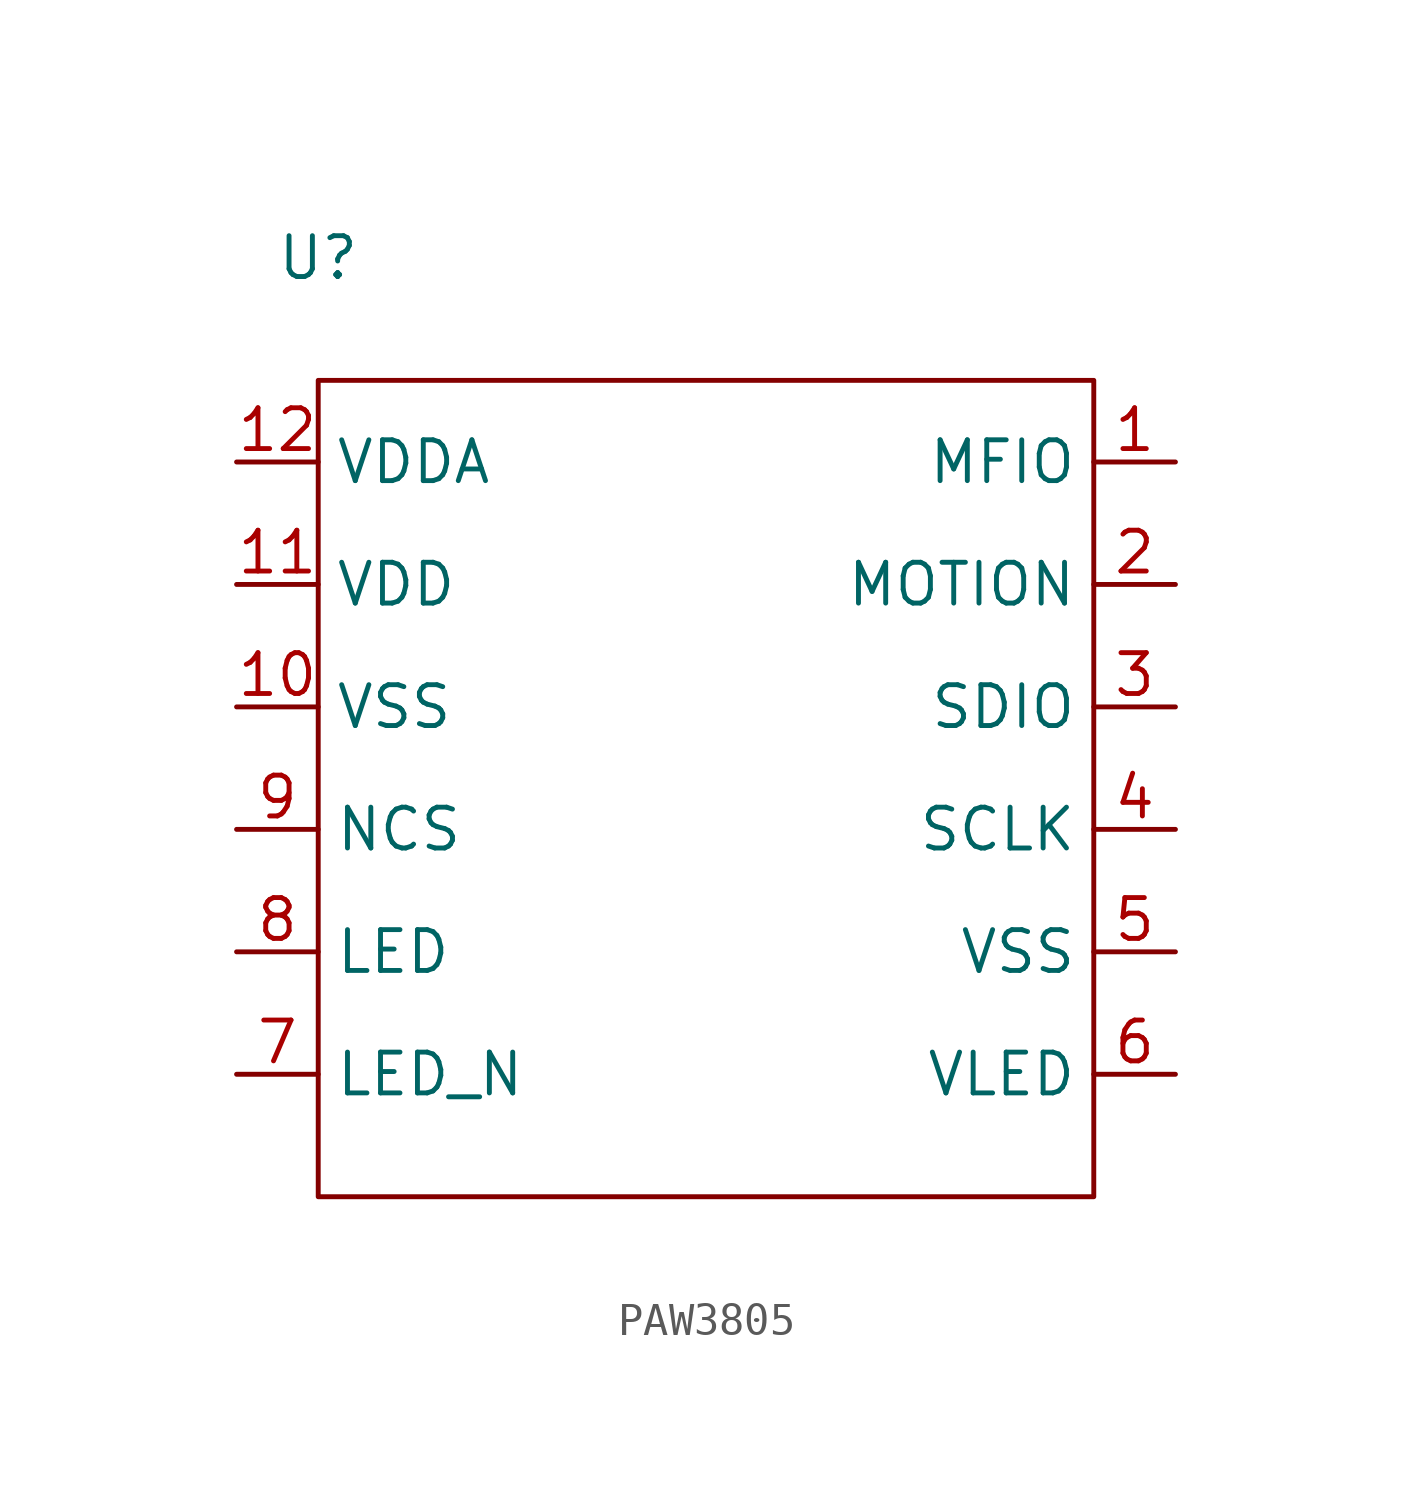
<source format=kicad_sym>
(kicad_symbol_lib
  (version 20220914)
  (generator kicad_symbol_editor)
  (symbol "PAW3805"
    (property "Reference" "U"
      (at 0 0 0)
      (effects (font (size 1.27 1.27))))
    (property "Value" ""
      (at 0 0 0)
      (effects (font (size 1.27 1.27))))
    (symbol "PAW3805_0_1"
      (rectangle (start 0 -3.81) (end 24.13 -29.21) (stroke (width 0) (type default)) (fill (type none))))
    (symbol "PAW3805_1_1"
      (pin input line (at 26.67 -6.35 180) (length 2.54) (name "MFIO" (effects (font (size 1.27 1.27)))) (number "1" (effects (font (size 1.27 1.27)))))
      (pin power_in line (at -2.54 -13.97 0) (length 2.54) (name "VSS" (effects (font (size 1.27 1.27)))) (number "10" (effects (font (size 1.27 1.27)))))
      (pin power_in line (at -2.54 -10.16 0) (length 2.54) (name "VDD" (effects (font (size 1.27 1.27)))) (number "11" (effects (font (size 1.27 1.27)))))
      (pin power_in line (at -2.54 -6.35 0) (length 2.54) (name "VDDA" (effects (font (size 1.27 1.27)))) (number "12" (effects (font (size 1.27 1.27)))))
      (pin output line (at 26.67 -10.16 180) (length 2.54) (name "MOTION" (effects (font (size 1.27 1.27)))) (number "2" (effects (font (size 1.27 1.27)))))
      (pin output line (at 26.67 -13.97 180) (length 2.54) (name "SDIO" (effects (font (size 1.27 1.27)))) (number "3" (effects (font (size 1.27 1.27)))))
      (pin input line (at 26.67 -17.78 180) (length 2.54) (name "SCLK" (effects (font (size 1.27 1.27)))) (number "4" (effects (font (size 1.27 1.27)))))
      (pin power_in line (at 26.67 -21.59 180) (length 2.54) (name "VSS" (effects (font (size 1.27 1.27)))) (number "5" (effects (font (size 1.27 1.27)))))
      (pin power_in line (at 26.67 -25.4 180) (length 2.54) (name "VLED" (effects (font (size 1.27 1.27)))) (number "6" (effects (font (size 1.27 1.27)))))
      (pin power_in line (at -2.54 -25.4 0) (length 2.54) (name "LED_N" (effects (font (size 1.27 1.27)))) (number "7" (effects (font (size 1.27 1.27)))))
      (pin power_out line (at -2.54 -21.59 0) (length 2.54) (name "LED" (effects (font (size 1.27 1.27)))) (number "8" (effects (font (size 1.27 1.27)))))
      (pin input line (at -2.54 -17.78 0) (length 2.54) (name "NCS" (effects (font (size 1.27 1.27)))) (number "9" (effects (font (size 1.27 1.27))))))))
</source>
